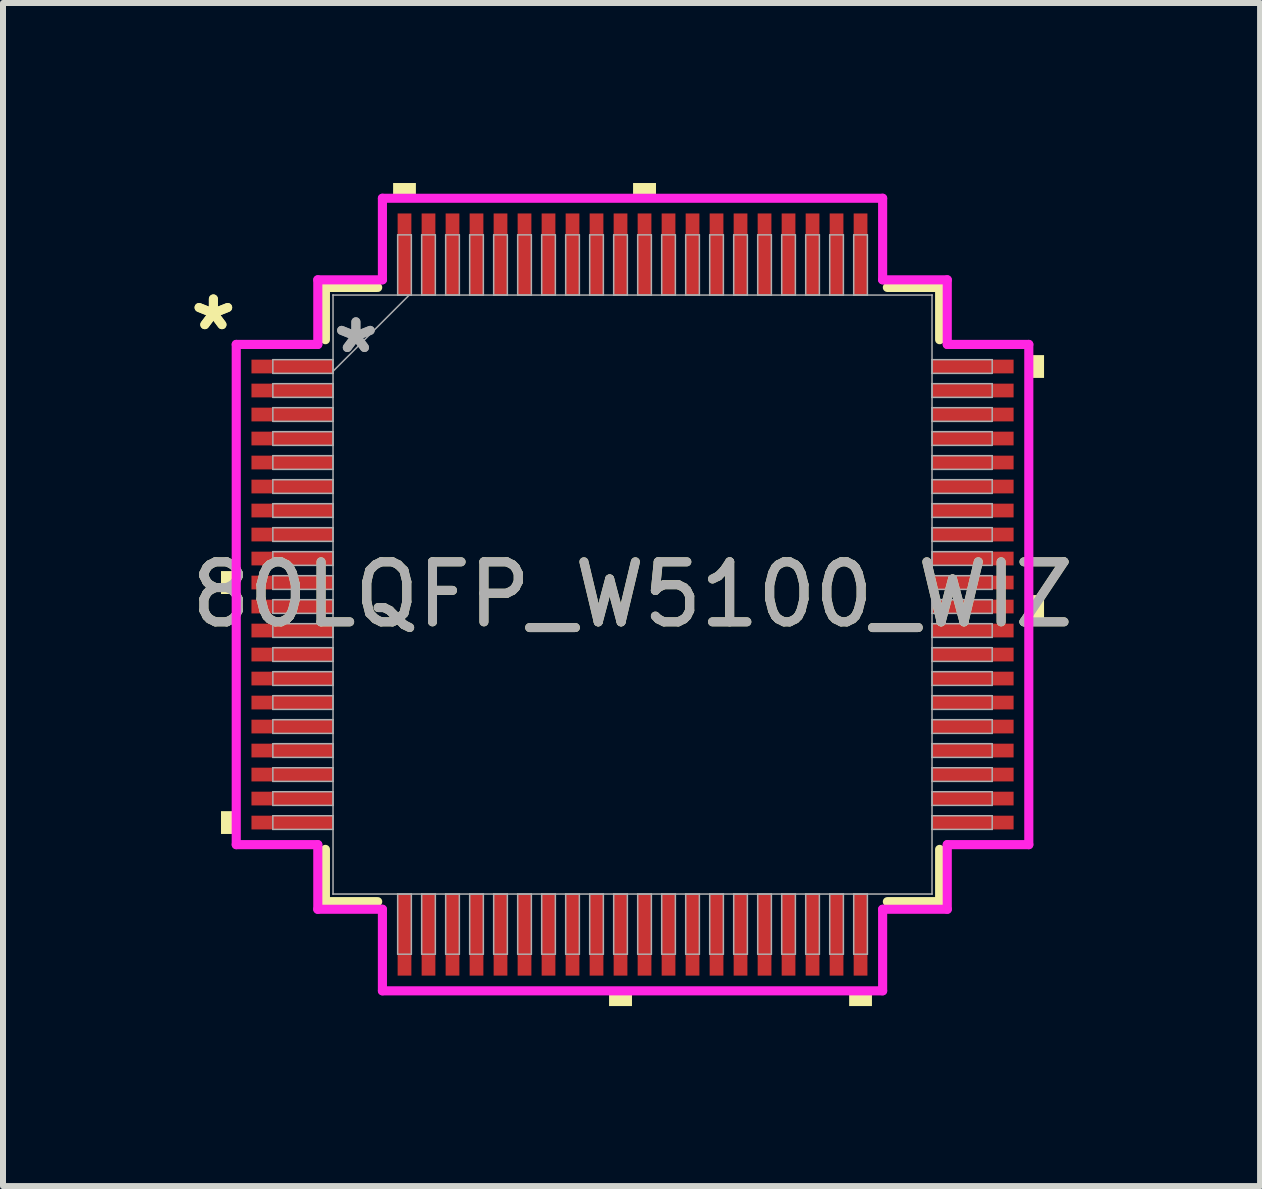
<source format=kicad_pcb>
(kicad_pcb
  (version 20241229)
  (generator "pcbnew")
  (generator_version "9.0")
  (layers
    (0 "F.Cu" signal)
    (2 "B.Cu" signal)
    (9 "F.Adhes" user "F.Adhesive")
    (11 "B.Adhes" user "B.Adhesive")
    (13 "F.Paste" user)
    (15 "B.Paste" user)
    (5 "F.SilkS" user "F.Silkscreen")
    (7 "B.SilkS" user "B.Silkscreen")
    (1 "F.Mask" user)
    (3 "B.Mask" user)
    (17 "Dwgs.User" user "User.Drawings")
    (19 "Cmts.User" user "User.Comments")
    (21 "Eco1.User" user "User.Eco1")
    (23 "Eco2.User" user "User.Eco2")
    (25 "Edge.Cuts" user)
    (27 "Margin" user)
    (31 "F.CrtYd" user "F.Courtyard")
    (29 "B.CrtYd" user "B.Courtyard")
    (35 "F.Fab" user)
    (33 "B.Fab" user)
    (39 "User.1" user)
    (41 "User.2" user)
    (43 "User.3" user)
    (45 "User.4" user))
  (footprint "80LQFP_W5100_WIZ"
    (layer "F.Cu")
    (at 7.491 6.858)
    (property "Reference" "80LQFP_W5100_WIZ" (at 0 0 0) (unlocked yes) (layer "F.SilkS") (effects (font (size 1 1) (thickness 0.15))))
    (attr smd)
    (fp_line (start -5.118 -5.118) (end -5.118 -4.247) (stroke (width 0.152) (type solid)) (layer "F.SilkS"))
    (fp_line (start -5.118 4.247) (end -5.118 5.118) (stroke (width 0.152) (type solid)) (layer "F.SilkS"))
    (fp_line (start -5.118 5.118) (end -4.247 5.118) (stroke (width 0.152) (type solid)) (layer "F.SilkS"))
    (fp_line (start -4.247 -5.118) (end -5.118 -5.118) (stroke (width 0.152) (type solid)) (layer "F.SilkS"))
    (fp_line (start 4.247 5.118) (end 5.118 5.118) (stroke (width 0.152) (type solid)) (layer "F.SilkS"))
    (fp_line (start 5.118 -5.118) (end 4.247 -5.118) (stroke (width 0.152) (type solid)) (layer "F.SilkS"))
    (fp_line (start 5.118 -4.247) (end 5.118 -5.118) (stroke (width 0.152) (type solid)) (layer "F.SilkS"))
    (fp_line (start 5.118 5.118) (end 5.118 4.247) (stroke (width 0.152) (type solid)) (layer "F.SilkS"))
    (fp_poly (pts (xy -6.858 -0.391) (xy -6.858 -0.009) (xy -6.604 -0.009) (xy -6.604 -0.391)) (stroke (width 0) (type solid)) (fill yes) (layer "F.SilkS"))
    (fp_poly (pts (xy -6.858 3.61) (xy -6.858 3.99) (xy -6.604 3.99) (xy -6.604 3.61)) (stroke (width 0) (type solid)) (fill yes) (layer "F.SilkS"))
    (fp_poly (pts (xy -3.99 -6.604) (xy -3.99 -6.858) (xy -3.61 -6.858) (xy -3.61 -6.604)) (stroke (width 0) (type solid)) (fill yes) (layer "F.SilkS"))
    (fp_poly (pts (xy -0.391 6.604) (xy -0.391 6.858) (xy -0.009 6.858) (xy -0.009 6.604)) (stroke (width 0) (type solid)) (fill yes) (layer "F.SilkS"))
    (fp_poly (pts (xy 0.009 -6.604) (xy 0.009 -6.858) (xy 0.391 -6.858) (xy 0.391 -6.604)) (stroke (width 0) (type solid)) (fill yes) (layer "F.SilkS"))
    (fp_poly (pts (xy 3.61 6.604) (xy 3.61 6.858) (xy 3.99 6.858) (xy 3.99 6.604)) (stroke (width 0) (type solid)) (fill yes) (layer "F.SilkS"))
    (fp_poly (pts (xy 6.858 -3.99) (xy 6.858 -3.61) (xy 6.604 -3.61) (xy 6.604 -3.99)) (stroke (width 0) (type solid)) (fill yes) (layer "F.SilkS"))
    (fp_poly (pts (xy 6.858 0.009) (xy 6.858 0.391) (xy 6.604 0.391) (xy 6.604 0.009)) (stroke (width 0) (type solid)) (fill yes) (layer "F.SilkS"))
    (fp_line (start -6.604 -4.168) (end -5.245 -4.168) (stroke (width 0.152) (type solid)) (layer "F.CrtYd"))
    (fp_line (start -6.604 4.168) (end -6.604 -4.168) (stroke (width 0.152) (type solid)) (layer "F.CrtYd"))
    (fp_line (start -5.245 -5.245) (end -4.168 -5.245) (stroke (width 0.152) (type solid)) (layer "F.CrtYd"))
    (fp_line (start -5.245 -4.168) (end -5.245 -5.245) (stroke (width 0.152) (type solid)) (layer "F.CrtYd"))
    (fp_line (start -5.245 4.168) (end -6.604 4.168) (stroke (width 0.152) (type solid)) (layer "F.CrtYd"))
    (fp_line (start -5.245 5.245) (end -5.245 4.168) (stroke (width 0.152) (type solid)) (layer "F.CrtYd"))
    (fp_line (start -5.245 5.245) (end -4.168 5.245) (stroke (width 0.152) (type solid)) (layer "F.CrtYd"))
    (fp_line (start -4.168 -6.604) (end 4.168 -6.604) (stroke (width 0.152) (type solid)) (layer "F.CrtYd"))
    (fp_line (start -4.168 -5.245) (end -4.168 -6.604) (stroke (width 0.152) (type solid)) (layer "F.CrtYd"))
    (fp_line (start -4.168 5.245) (end -4.168 6.604) (stroke (width 0.152) (type solid)) (layer "F.CrtYd"))
    (fp_line (start -4.168 6.604) (end 4.168 6.604) (stroke (width 0.152) (type solid)) (layer "F.CrtYd"))
    (fp_line (start 4.168 -6.604) (end 4.168 -5.245) (stroke (width 0.152) (type solid)) (layer "F.CrtYd"))
    (fp_line (start 4.168 -5.245) (end 5.245 -5.245) (stroke (width 0.152) (type solid)) (layer "F.CrtYd"))
    (fp_line (start 4.168 5.245) (end 5.245 5.245) (stroke (width 0.152) (type solid)) (layer "F.CrtYd"))
    (fp_line (start 4.168 6.604) (end 4.168 5.245) (stroke (width 0.152) (type solid)) (layer "F.CrtYd"))
    (fp_line (start 5.245 -4.168) (end 5.245 -5.245) (stroke (width 0.152) (type solid)) (layer "F.CrtYd"))
    (fp_line (start 5.245 4.168) (end 6.604 4.168) (stroke (width 0.152) (type solid)) (layer "F.CrtYd"))
    (fp_line (start 5.245 5.245) (end 5.245 4.168) (stroke (width 0.152) (type solid)) (layer "F.CrtYd"))
    (fp_line (start 6.604 -4.168) (end 5.245 -4.168) (stroke (width 0.152) (type solid)) (layer "F.CrtYd"))
    (fp_line (start 6.604 4.168) (end 6.604 -4.168) (stroke (width 0.152) (type solid)) (layer "F.CrtYd"))
    (fp_line (start -5.994 -3.914) (end -5.994 -3.686) (stroke (width 0.025) (type solid)) (layer "F.Fab"))
    (fp_line (start -5.994 -3.686) (end -4.991 -3.686) (stroke (width 0.025) (type solid)) (layer "F.Fab"))
    (fp_line (start -5.994 -3.514) (end -5.994 -3.286) (stroke (width 0.025) (type solid)) (layer "F.Fab"))
    (fp_line (start -5.994 -3.286) (end -4.991 -3.286) (stroke (width 0.025) (type solid)) (layer "F.Fab"))
    (fp_line (start -5.994 -3.114) (end -5.994 -2.886) (stroke (width 0.025) (type solid)) (layer "F.Fab"))
    (fp_line (start -5.994 -2.886) (end -4.991 -2.886) (stroke (width 0.025) (type solid)) (layer "F.Fab"))
    (fp_line (start -5.994 -2.714) (end -5.994 -2.486) (stroke (width 0.025) (type solid)) (layer "F.Fab"))
    (fp_line (start -5.994 -2.486) (end -4.991 -2.486) (stroke (width 0.025) (type solid)) (layer "F.Fab"))
    (fp_line (start -5.994 -2.314) (end -5.994 -2.086) (stroke (width 0.025) (type solid)) (layer "F.Fab"))
    (fp_line (start -5.994 -2.086) (end -4.991 -2.086) (stroke (width 0.025) (type solid)) (layer "F.Fab"))
    (fp_line (start -5.994 -1.914) (end -5.994 -1.686) (stroke (width 0.025) (type solid)) (layer "F.Fab"))
    (fp_line (start -5.994 -1.686) (end -4.991 -1.686) (stroke (width 0.025) (type solid)) (layer "F.Fab"))
    (fp_line (start -5.994 -1.514) (end -5.994 -1.286) (stroke (width 0.025) (type solid)) (layer "F.Fab"))
    (fp_line (start -5.994 -1.286) (end -4.991 -1.286) (stroke (width 0.025) (type solid)) (layer "F.Fab"))
    (fp_line (start -5.994 -1.114) (end -5.994 -0.886) (stroke (width 0.025) (type solid)) (layer "F.Fab"))
    (fp_line (start -5.994 -0.886) (end -4.991 -0.886) (stroke (width 0.025) (type solid)) (layer "F.Fab"))
    (fp_line (start -5.994 -0.714) (end -5.994 -0.486) (stroke (width 0.025) (type solid)) (layer "F.Fab"))
    (fp_line (start -5.994 -0.486) (end -4.991 -0.486) (stroke (width 0.025) (type solid)) (layer "F.Fab"))
    (fp_line (start -5.994 -0.314) (end -5.994 -0.086) (stroke (width 0.025) (type solid)) (layer "F.Fab"))
    (fp_line (start -5.994 -0.086) (end -4.991 -0.086) (stroke (width 0.025) (type solid)) (layer "F.Fab"))
    (fp_line (start -5.994 0.086) (end -5.994 0.314) (stroke (width 0.025) (type solid)) (layer "F.Fab"))
    (fp_line (start -5.994 0.314) (end -4.991 0.314) (stroke (width 0.025) (type solid)) (layer "F.Fab"))
    (fp_line (start -5.994 0.486) (end -5.994 0.714) (stroke (width 0.025) (type solid)) (layer "F.Fab"))
    (fp_line (start -5.994 0.714) (end -4.991 0.714) (stroke (width 0.025) (type solid)) (layer "F.Fab"))
    (fp_line (start -5.994 0.886) (end -5.994 1.114) (stroke (width 0.025) (type solid)) (layer "F.Fab"))
    (fp_line (start -5.994 1.114) (end -4.991 1.114) (stroke (width 0.025) (type solid)) (layer "F.Fab"))
    (fp_line (start -5.994 1.286) (end -5.994 1.514) (stroke (width 0.025) (type solid)) (layer "F.Fab"))
    (fp_line (start -5.994 1.514) (end -4.991 1.514) (stroke (width 0.025) (type solid)) (layer "F.Fab"))
    (fp_line (start -5.994 1.686) (end -5.994 1.914) (stroke (width 0.025) (type solid)) (layer "F.Fab"))
    (fp_line (start -5.994 1.914) (end -4.991 1.914) (stroke (width 0.025) (type solid)) (layer "F.Fab"))
    (fp_line (start -5.994 2.086) (end -5.994 2.314) (stroke (width 0.025) (type solid)) (layer "F.Fab"))
    (fp_line (start -5.994 2.314) (end -4.991 2.314) (stroke (width 0.025) (type solid)) (layer "F.Fab"))
    (fp_line (start -5.994 2.486) (end -5.994 2.714) (stroke (width 0.025) (type solid)) (layer "F.Fab"))
    (fp_line (start -5.994 2.714) (end -4.991 2.714) (stroke (width 0.025) (type solid)) (layer "F.Fab"))
    (fp_line (start -5.994 2.886) (end -5.994 3.114) (stroke (width 0.025) (type solid)) (layer "F.Fab"))
    (fp_line (start -5.994 3.114) (end -4.991 3.114) (stroke (width 0.025) (type solid)) (layer "F.Fab"))
    (fp_line (start -5.994 3.286) (end -5.994 3.514) (stroke (width 0.025) (type solid)) (layer "F.Fab"))
    (fp_line (start -5.994 3.514) (end -4.991 3.514) (stroke (width 0.025) (type solid)) (layer "F.Fab"))
    (fp_line (start -5.994 3.686) (end -5.994 3.914) (stroke (width 0.025) (type solid)) (layer "F.Fab"))
    (fp_line (start -5.994 3.914) (end -4.991 3.914) (stroke (width 0.025) (type solid)) (layer "F.Fab"))
    (fp_line (start -4.991 -4.991) (end -4.991 -4.991) (stroke (width 0.025) (type solid)) (layer "F.Fab"))
    (fp_line (start -4.991 -4.991) (end -4.991 4.991) (stroke (width 0.025) (type solid)) (layer "F.Fab"))
    (fp_line (start -4.991 -3.914) (end -5.994 -3.914) (stroke (width 0.025) (type solid)) (layer "F.Fab"))
    (fp_line (start -4.991 -3.721) (end -3.721 -4.991) (stroke (width 0.025) (type solid)) (layer "F.Fab"))
    (fp_line (start -4.991 -3.686) (end -4.991 -3.914) (stroke (width 0.025) (type solid)) (layer "F.Fab"))
    (fp_line (start -4.991 -3.514) (end -5.994 -3.514) (stroke (width 0.025) (type solid)) (layer "F.Fab"))
    (fp_line (start -4.991 -3.286) (end -4.991 -3.514) (stroke (width 0.025) (type solid)) (layer "F.Fab"))
    (fp_line (start -4.991 -3.114) (end -5.994 -3.114) (stroke (width 0.025) (type solid)) (layer "F.Fab"))
    (fp_line (start -4.991 -2.886) (end -4.991 -3.114) (stroke (width 0.025) (type solid)) (layer "F.Fab"))
    (fp_line (start -4.991 -2.714) (end -5.994 -2.714) (stroke (width 0.025) (type solid)) (layer "F.Fab"))
    (fp_line (start -4.991 -2.486) (end -4.991 -2.714) (stroke (width 0.025) (type solid)) (layer "F.Fab"))
    (fp_line (start -4.991 -2.314) (end -5.994 -2.314) (stroke (width 0.025) (type solid)) (layer "F.Fab"))
    (fp_line (start -4.991 -2.086) (end -4.991 -2.314) (stroke (width 0.025) (type solid)) (layer "F.Fab"))
    (fp_line (start -4.991 -1.914) (end -5.994 -1.914) (stroke (width 0.025) (type solid)) (layer "F.Fab"))
    (fp_line (start -4.991 -1.686) (end -4.991 -1.914) (stroke (width 0.025) (type solid)) (layer "F.Fab"))
    (fp_line (start -4.991 -1.514) (end -5.994 -1.514) (stroke (width 0.025) (type solid)) (layer "F.Fab"))
    (fp_line (start -4.991 -1.286) (end -4.991 -1.514) (stroke (width 0.025) (type solid)) (layer "F.Fab"))
    (fp_line (start -4.991 -1.114) (end -5.994 -1.114) (stroke (width 0.025) (type solid)) (layer "F.Fab"))
    (fp_line (start -4.991 -0.886) (end -4.991 -1.114) (stroke (width 0.025) (type solid)) (layer "F.Fab"))
    (fp_line (start -4.991 -0.714) (end -5.994 -0.714) (stroke (width 0.025) (type solid)) (layer "F.Fab"))
    (fp_line (start -4.991 -0.486) (end -4.991 -0.714) (stroke (width 0.025) (type solid)) (layer "F.Fab"))
    (fp_line (start -4.991 -0.314) (end -5.994 -0.314) (stroke (width 0.025) (type solid)) (layer "F.Fab"))
    (fp_line (start -4.991 -0.086) (end -4.991 -0.314) (stroke (width 0.025) (type solid)) (layer "F.Fab"))
    (fp_line (start -4.991 0.086) (end -5.994 0.086) (stroke (width 0.025) (type solid)) (layer "F.Fab"))
    (fp_line (start -4.991 0.314) (end -4.991 0.086) (stroke (width 0.025) (type solid)) (layer "F.Fab"))
    (fp_line (start -4.991 0.486) (end -5.994 0.486) (stroke (width 0.025) (type solid)) (layer "F.Fab"))
    (fp_line (start -4.991 0.714) (end -4.991 0.486) (stroke (width 0.025) (type solid)) (layer "F.Fab"))
    (fp_line (start -4.991 0.886) (end -5.994 0.886) (stroke (width 0.025) (type solid)) (layer "F.Fab"))
    (fp_line (start -4.991 1.114) (end -4.991 0.886) (stroke (width 0.025) (type solid)) (layer "F.Fab"))
    (fp_line (start -4.991 1.286) (end -5.994 1.286) (stroke (width 0.025) (type solid)) (layer "F.Fab"))
    (fp_line (start -4.991 1.514) (end -4.991 1.286) (stroke (width 0.025) (type solid)) (layer "F.Fab"))
    (fp_line (start -4.991 1.686) (end -5.994 1.686) (stroke (width 0.025) (type solid)) (layer "F.Fab"))
    (fp_line (start -4.991 1.914) (end -4.991 1.686) (stroke (width 0.025) (type solid)) (layer "F.Fab"))
    (fp_line (start -4.991 2.086) (end -5.994 2.086) (stroke (width 0.025) (type solid)) (layer "F.Fab"))
    (fp_line (start -4.991 2.314) (end -4.991 2.086) (stroke (width 0.025) (type solid)) (layer "F.Fab"))
    (fp_line (start -4.991 2.486) (end -5.994 2.486) (stroke (width 0.025) (type solid)) (layer "F.Fab"))
    (fp_line (start -4.991 2.714) (end -4.991 2.486) (stroke (width 0.025) (type solid)) (layer "F.Fab"))
    (fp_line (start -4.991 2.886) (end -5.994 2.886) (stroke (width 0.025) (type solid)) (layer "F.Fab"))
    (fp_line (start -4.991 3.114) (end -4.991 2.886) (stroke (width 0.025) (type solid)) (layer "F.Fab"))
    (fp_line (start -4.991 3.286) (end -5.994 3.286) (stroke (width 0.025) (type solid)) (layer "F.Fab"))
    (fp_line (start -4.991 3.514) (end -4.991 3.286) (stroke (width 0.025) (type solid)) (layer "F.Fab"))
    (fp_line (start -4.991 3.686) (end -5.994 3.686) (stroke (width 0.025) (type solid)) (layer "F.Fab"))
    (fp_line (start -4.991 3.914) (end -4.991 3.686) (stroke (width 0.025) (type solid)) (layer "F.Fab"))
    (fp_line (start -4.991 4.991) (end -4.991 4.991) (stroke (width 0.025) (type solid)) (layer "F.Fab"))
    (fp_line (start -4.991 4.991) (end 4.991 4.991) (stroke (width 0.025) (type solid)) (layer "F.Fab"))
    (fp_line (start -3.914 -5.994) (end -3.914 -4.991) (stroke (width 0.025) (type solid)) (layer "F.Fab"))
    (fp_line (start -3.914 -4.991) (end -3.686 -4.991) (stroke (width 0.025) (type solid)) (layer "F.Fab"))
    (fp_line (start -3.914 4.991) (end -3.914 5.994) (stroke (width 0.025) (type solid)) (layer "F.Fab"))
    (fp_line (start -3.914 5.994) (end -3.686 5.994) (stroke (width 0.025) (type solid)) (layer "F.Fab"))
    (fp_line (start -3.686 -5.994) (end -3.914 -5.994) (stroke (width 0.025) (type solid)) (layer "F.Fab"))
    (fp_line (start -3.686 -4.991) (end -3.686 -5.994) (stroke (width 0.025) (type solid)) (layer "F.Fab"))
    (fp_line (start -3.686 4.991) (end -3.914 4.991) (stroke (width 0.025) (type solid)) (layer "F.Fab"))
    (fp_line (start -3.686 5.994) (end -3.686 4.991) (stroke (width 0.025) (type solid)) (layer "F.Fab"))
    (fp_line (start -3.514 -5.994) (end -3.514 -4.991) (stroke (width 0.025) (type solid)) (layer "F.Fab"))
    (fp_line (start -3.514 -4.991) (end -3.286 -4.991) (stroke (width 0.025) (type solid)) (layer "F.Fab"))
    (fp_line (start -3.514 4.991) (end -3.514 5.994) (stroke (width 0.025) (type solid)) (layer "F.Fab"))
    (fp_line (start -3.514 5.994) (end -3.286 5.994) (stroke (width 0.025) (type solid)) (layer "F.Fab"))
    (fp_line (start -3.286 -5.994) (end -3.514 -5.994) (stroke (width 0.025) (type solid)) (layer "F.Fab"))
    (fp_line (start -3.286 -4.991) (end -3.286 -5.994) (stroke (width 0.025) (type solid)) (layer "F.Fab"))
    (fp_line (start -3.286 4.991) (end -3.514 4.991) (stroke (width 0.025) (type solid)) (layer "F.Fab"))
    (fp_line (start -3.286 5.994) (end -3.286 4.991) (stroke (width 0.025) (type solid)) (layer "F.Fab"))
    (fp_line (start -3.114 -5.994) (end -3.114 -4.991) (stroke (width 0.025) (type solid)) (layer "F.Fab"))
    (fp_line (start -3.114 -4.991) (end -2.886 -4.991) (stroke (width 0.025) (type solid)) (layer "F.Fab"))
    (fp_line (start -3.114 4.991) (end -3.114 5.994) (stroke (width 0.025) (type solid)) (layer "F.Fab"))
    (fp_line (start -3.114 5.994) (end -2.886 5.994) (stroke (width 0.025) (type solid)) (layer "F.Fab"))
    (fp_line (start -2.886 -5.994) (end -3.114 -5.994) (stroke (width 0.025) (type solid)) (layer "F.Fab"))
    (fp_line (start -2.886 -4.991) (end -2.886 -5.994) (stroke (width 0.025) (type solid)) (layer "F.Fab"))
    (fp_line (start -2.886 4.991) (end -3.114 4.991) (stroke (width 0.025) (type solid)) (layer "F.Fab"))
    (fp_line (start -2.886 5.994) (end -2.886 4.991) (stroke (width 0.025) (type solid)) (layer "F.Fab"))
    (fp_line (start -2.714 -5.994) (end -2.714 -4.991) (stroke (width 0.025) (type solid)) (layer "F.Fab"))
    (fp_line (start -2.714 -4.991) (end -2.486 -4.991) (stroke (width 0.025) (type solid)) (layer "F.Fab"))
    (fp_line (start -2.714 4.991) (end -2.714 5.994) (stroke (width 0.025) (type solid)) (layer "F.Fab"))
    (fp_line (start -2.714 5.994) (end -2.486 5.994) (stroke (width 0.025) (type solid)) (layer "F.Fab"))
    (fp_line (start -2.486 -5.994) (end -2.714 -5.994) (stroke (width 0.025) (type solid)) (layer "F.Fab"))
    (fp_line (start -2.486 -4.991) (end -2.486 -5.994) (stroke (width 0.025) (type solid)) (layer "F.Fab"))
    (fp_line (start -2.486 4.991) (end -2.714 4.991) (stroke (width 0.025) (type solid)) (layer "F.Fab"))
    (fp_line (start -2.486 5.994) (end -2.486 4.991) (stroke (width 0.025) (type solid)) (layer "F.Fab"))
    (fp_line (start -2.314 -5.994) (end -2.314 -4.991) (stroke (width 0.025) (type solid)) (layer "F.Fab"))
    (fp_line (start -2.314 -4.991) (end -2.086 -4.991) (stroke (width 0.025) (type solid)) (layer "F.Fab"))
    (fp_line (start -2.314 4.991) (end -2.314 5.994) (stroke (width 0.025) (type solid)) (layer "F.Fab"))
    (fp_line (start -2.314 5.994) (end -2.086 5.994) (stroke (width 0.025) (type solid)) (layer "F.Fab"))
    (fp_line (start -2.086 -5.994) (end -2.314 -5.994) (stroke (width 0.025) (type solid)) (layer "F.Fab"))
    (fp_line (start -2.086 -4.991) (end -2.086 -5.994) (stroke (width 0.025) (type solid)) (layer "F.Fab"))
    (fp_line (start -2.086 4.991) (end -2.314 4.991) (stroke (width 0.025) (type solid)) (layer "F.Fab"))
    (fp_line (start -2.086 5.994) (end -2.086 4.991) (stroke (width 0.025) (type solid)) (layer "F.Fab"))
    (fp_line (start -1.914 -5.994) (end -1.914 -4.991) (stroke (width 0.025) (type solid)) (layer "F.Fab"))
    (fp_line (start -1.914 -4.991) (end -1.686 -4.991) (stroke (width 0.025) (type solid)) (layer "F.Fab"))
    (fp_line (start -1.914 4.991) (end -1.914 5.994) (stroke (width 0.025) (type solid)) (layer "F.Fab"))
    (fp_line (start -1.914 5.994) (end -1.686 5.994) (stroke (width 0.025) (type solid)) (layer "F.Fab"))
    (fp_line (start -1.686 -5.994) (end -1.914 -5.994) (stroke (width 0.025) (type solid)) (layer "F.Fab"))
    (fp_line (start -1.686 -4.991) (end -1.686 -5.994) (stroke (width 0.025) (type solid)) (layer "F.Fab"))
    (fp_line (start -1.686 4.991) (end -1.914 4.991) (stroke (width 0.025) (type solid)) (layer "F.Fab"))
    (fp_line (start -1.686 5.994) (end -1.686 4.991) (stroke (width 0.025) (type solid)) (layer "F.Fab"))
    (fp_line (start -1.514 -5.994) (end -1.514 -4.991) (stroke (width 0.025) (type solid)) (layer "F.Fab"))
    (fp_line (start -1.514 -4.991) (end -1.286 -4.991) (stroke (width 0.025) (type solid)) (layer "F.Fab"))
    (fp_line (start -1.514 4.991) (end -1.514 5.994) (stroke (width 0.025) (type solid)) (layer "F.Fab"))
    (fp_line (start -1.514 5.994) (end -1.286 5.994) (stroke (width 0.025) (type solid)) (layer "F.Fab"))
    (fp_line (start -1.286 -5.994) (end -1.514 -5.994) (stroke (width 0.025) (type solid)) (layer "F.Fab"))
    (fp_line (start -1.286 -4.991) (end -1.286 -5.994) (stroke (width 0.025) (type solid)) (layer "F.Fab"))
    (fp_line (start -1.286 4.991) (end -1.514 4.991) (stroke (width 0.025) (type solid)) (layer "F.Fab"))
    (fp_line (start -1.286 5.994) (end -1.286 4.991) (stroke (width 0.025) (type solid)) (layer "F.Fab"))
    (fp_line (start -1.114 -5.994) (end -1.114 -4.991) (stroke (width 0.025) (type solid)) (layer "F.Fab"))
    (fp_line (start -1.114 -4.991) (end -0.886 -4.991) (stroke (width 0.025) (type solid)) (layer "F.Fab"))
    (fp_line (start -1.114 4.991) (end -1.114 5.994) (stroke (width 0.025) (type solid)) (layer "F.Fab"))
    (fp_line (start -1.114 5.994) (end -0.886 5.994) (stroke (width 0.025) (type solid)) (layer "F.Fab"))
    (fp_line (start -0.886 -5.994) (end -1.114 -5.994) (stroke (width 0.025) (type solid)) (layer "F.Fab"))
    (fp_line (start -0.886 -4.991) (end -0.886 -5.994) (stroke (width 0.025) (type solid)) (layer "F.Fab"))
    (fp_line (start -0.886 4.991) (end -1.114 4.991) (stroke (width 0.025) (type solid)) (layer "F.Fab"))
    (fp_line (start -0.886 5.994) (end -0.886 4.991) (stroke (width 0.025) (type solid)) (layer "F.Fab"))
    (fp_line (start -0.714 -5.994) (end -0.714 -4.991) (stroke (width 0.025) (type solid)) (layer "F.Fab"))
    (fp_line (start -0.714 -4.991) (end -0.486 -4.991) (stroke (width 0.025) (type solid)) (layer "F.Fab"))
    (fp_line (start -0.714 4.991) (end -0.714 5.994) (stroke (width 0.025) (type solid)) (layer "F.Fab"))
    (fp_line (start -0.714 5.994) (end -0.486 5.994) (stroke (width 0.025) (type solid)) (layer "F.Fab"))
    (fp_line (start -0.486 -5.994) (end -0.714 -5.994) (stroke (width 0.025) (type solid)) (layer "F.Fab"))
    (fp_line (start -0.486 -4.991) (end -0.486 -5.994) (stroke (width 0.025) (type solid)) (layer "F.Fab"))
    (fp_line (start -0.486 4.991) (end -0.714 4.991) (stroke (width 0.025) (type solid)) (layer "F.Fab"))
    (fp_line (start -0.486 5.994) (end -0.486 4.991) (stroke (width 0.025) (type solid)) (layer "F.Fab"))
    (fp_line (start -0.314 -5.994) (end -0.314 -4.991) (stroke (width 0.025) (type solid)) (layer "F.Fab"))
    (fp_line (start -0.314 -4.991) (end -0.086 -4.991) (stroke (width 0.025) (type solid)) (layer "F.Fab"))
    (fp_line (start -0.314 4.991) (end -0.314 5.994) (stroke (width 0.025) (type solid)) (layer "F.Fab"))
    (fp_line (start -0.314 5.994) (end -0.086 5.994) (stroke (width 0.025) (type solid)) (layer "F.Fab"))
    (fp_line (start -0.086 -5.994) (end -0.314 -5.994) (stroke (width 0.025) (type solid)) (layer "F.Fab"))
    (fp_line (start -0.086 -4.991) (end -0.086 -5.994) (stroke (width 0.025) (type solid)) (layer "F.Fab"))
    (fp_line (start -0.086 4.991) (end -0.314 4.991) (stroke (width 0.025) (type solid)) (layer "F.Fab"))
    (fp_line (start -0.086 5.994) (end -0.086 4.991) (stroke (width 0.025) (type solid)) (layer "F.Fab"))
    (fp_line (start 0.086 -5.994) (end 0.086 -4.991) (stroke (width 0.025) (type solid)) (layer "F.Fab"))
    (fp_line (start 0.086 -4.991) (end 0.314 -4.991) (stroke (width 0.025) (type solid)) (layer "F.Fab"))
    (fp_line (start 0.086 4.991) (end 0.086 5.994) (stroke (width 0.025) (type solid)) (layer "F.Fab"))
    (fp_line (start 0.086 5.994) (end 0.314 5.994) (stroke (width 0.025) (type solid)) (layer "F.Fab"))
    (fp_line (start 0.314 -5.994) (end 0.086 -5.994) (stroke (width 0.025) (type solid)) (layer "F.Fab"))
    (fp_line (start 0.314 -4.991) (end 0.314 -5.994) (stroke (width 0.025) (type solid)) (layer "F.Fab"))
    (fp_line (start 0.314 4.991) (end 0.086 4.991) (stroke (width 0.025) (type solid)) (layer "F.Fab"))
    (fp_line (start 0.314 5.994) (end 0.314 4.991) (stroke (width 0.025) (type solid)) (layer "F.Fab"))
    (fp_line (start 0.486 -5.994) (end 0.486 -4.991) (stroke (width 0.025) (type solid)) (layer "F.Fab"))
    (fp_line (start 0.486 -4.991) (end 0.714 -4.991) (stroke (width 0.025) (type solid)) (layer "F.Fab"))
    (fp_line (start 0.486 4.991) (end 0.486 5.994) (stroke (width 0.025) (type solid)) (layer "F.Fab"))
    (fp_line (start 0.486 5.994) (end 0.714 5.994) (stroke (width 0.025) (type solid)) (layer "F.Fab"))
    (fp_line (start 0.714 -5.994) (end 0.486 -5.994) (stroke (width 0.025) (type solid)) (layer "F.Fab"))
    (fp_line (start 0.714 -4.991) (end 0.714 -5.994) (stroke (width 0.025) (type solid)) (layer "F.Fab"))
    (fp_line (start 0.714 4.991) (end 0.486 4.991) (stroke (width 0.025) (type solid)) (layer "F.Fab"))
    (fp_line (start 0.714 5.994) (end 0.714 4.991) (stroke (width 0.025) (type solid)) (layer "F.Fab"))
    (fp_line (start 0.886 -5.994) (end 0.886 -4.991) (stroke (width 0.025) (type solid)) (layer "F.Fab"))
    (fp_line (start 0.886 -4.991) (end 1.114 -4.991) (stroke (width 0.025) (type solid)) (layer "F.Fab"))
    (fp_line (start 0.886 4.991) (end 0.886 5.994) (stroke (width 0.025) (type solid)) (layer "F.Fab"))
    (fp_line (start 0.886 5.994) (end 1.114 5.994) (stroke (width 0.025) (type solid)) (layer "F.Fab"))
    (fp_line (start 1.114 -5.994) (end 0.886 -5.994) (stroke (width 0.025) (type solid)) (layer "F.Fab"))
    (fp_line (start 1.114 -4.991) (end 1.114 -5.994) (stroke (width 0.025) (type solid)) (layer "F.Fab"))
    (fp_line (start 1.114 4.991) (end 0.886 4.991) (stroke (width 0.025) (type solid)) (layer "F.Fab"))
    (fp_line (start 1.114 5.994) (end 1.114 4.991) (stroke (width 0.025) (type solid)) (layer "F.Fab"))
    (fp_line (start 1.286 -5.994) (end 1.286 -4.991) (stroke (width 0.025) (type solid)) (layer "F.Fab"))
    (fp_line (start 1.286 -4.991) (end 1.514 -4.991) (stroke (width 0.025) (type solid)) (layer "F.Fab"))
    (fp_line (start 1.286 4.991) (end 1.286 5.994) (stroke (width 0.025) (type solid)) (layer "F.Fab"))
    (fp_line (start 1.286 5.994) (end 1.514 5.994) (stroke (width 0.025) (type solid)) (layer "F.Fab"))
    (fp_line (start 1.514 -5.994) (end 1.286 -5.994) (stroke (width 0.025) (type solid)) (layer "F.Fab"))
    (fp_line (start 1.514 -4.991) (end 1.514 -5.994) (stroke (width 0.025) (type solid)) (layer "F.Fab"))
    (fp_line (start 1.514 4.991) (end 1.286 4.991) (stroke (width 0.025) (type solid)) (layer "F.Fab"))
    (fp_line (start 1.514 5.994) (end 1.514 4.991) (stroke (width 0.025) (type solid)) (layer "F.Fab"))
    (fp_line (start 1.686 -5.994) (end 1.686 -4.991) (stroke (width 0.025) (type solid)) (layer "F.Fab"))
    (fp_line (start 1.686 -4.991) (end 1.914 -4.991) (stroke (width 0.025) (type solid)) (layer "F.Fab"))
    (fp_line (start 1.686 4.991) (end 1.686 5.994) (stroke (width 0.025) (type solid)) (layer "F.Fab"))
    (fp_line (start 1.686 5.994) (end 1.914 5.994) (stroke (width 0.025) (type solid)) (layer "F.Fab"))
    (fp_line (start 1.914 -5.994) (end 1.686 -5.994) (stroke (width 0.025) (type solid)) (layer "F.Fab"))
    (fp_line (start 1.914 -4.991) (end 1.914 -5.994) (stroke (width 0.025) (type solid)) (layer "F.Fab"))
    (fp_line (start 1.914 4.991) (end 1.686 4.991) (stroke (width 0.025) (type solid)) (layer "F.Fab"))
    (fp_line (start 1.914 5.994) (end 1.914 4.991) (stroke (width 0.025) (type solid)) (layer "F.Fab"))
    (fp_line (start 2.086 -5.994) (end 2.086 -4.991) (stroke (width 0.025) (type solid)) (layer "F.Fab"))
    (fp_line (start 2.086 -4.991) (end 2.314 -4.991) (stroke (width 0.025) (type solid)) (layer "F.Fab"))
    (fp_line (start 2.086 4.991) (end 2.086 5.994) (stroke (width 0.025) (type solid)) (layer "F.Fab"))
    (fp_line (start 2.086 5.994) (end 2.314 5.994) (stroke (width 0.025) (type solid)) (layer "F.Fab"))
    (fp_line (start 2.314 -5.994) (end 2.086 -5.994) (stroke (width 0.025) (type solid)) (layer "F.Fab"))
    (fp_line (start 2.314 -4.991) (end 2.314 -5.994) (stroke (width 0.025) (type solid)) (layer "F.Fab"))
    (fp_line (start 2.314 4.991) (end 2.086 4.991) (stroke (width 0.025) (type solid)) (layer "F.Fab"))
    (fp_line (start 2.314 5.994) (end 2.314 4.991) (stroke (width 0.025) (type solid)) (layer "F.Fab"))
    (fp_line (start 2.486 -5.994) (end 2.486 -4.991) (stroke (width 0.025) (type solid)) (layer "F.Fab"))
    (fp_line (start 2.486 -4.991) (end 2.714 -4.991) (stroke (width 0.025) (type solid)) (layer "F.Fab"))
    (fp_line (start 2.486 4.991) (end 2.486 5.994) (stroke (width 0.025) (type solid)) (layer "F.Fab"))
    (fp_line (start 2.486 5.994) (end 2.714 5.994) (stroke (width 0.025) (type solid)) (layer "F.Fab"))
    (fp_line (start 2.714 -5.994) (end 2.486 -5.994) (stroke (width 0.025) (type solid)) (layer "F.Fab"))
    (fp_line (start 2.714 -4.991) (end 2.714 -5.994) (stroke (width 0.025) (type solid)) (layer "F.Fab"))
    (fp_line (start 2.714 4.991) (end 2.486 4.991) (stroke (width 0.025) (type solid)) (layer "F.Fab"))
    (fp_line (start 2.714 5.994) (end 2.714 4.991) (stroke (width 0.025) (type solid)) (layer "F.Fab"))
    (fp_line (start 2.886 -5.994) (end 2.886 -4.991) (stroke (width 0.025) (type solid)) (layer "F.Fab"))
    (fp_line (start 2.886 -4.991) (end 3.114 -4.991) (stroke (width 0.025) (type solid)) (layer "F.Fab"))
    (fp_line (start 2.886 4.991) (end 2.886 5.994) (stroke (width 0.025) (type solid)) (layer "F.Fab"))
    (fp_line (start 2.886 5.994) (end 3.114 5.994) (stroke (width 0.025) (type solid)) (layer "F.Fab"))
    (fp_line (start 3.114 -5.994) (end 2.886 -5.994) (stroke (width 0.025) (type solid)) (layer "F.Fab"))
    (fp_line (start 3.114 -4.991) (end 3.114 -5.994) (stroke (width 0.025) (type solid)) (layer "F.Fab"))
    (fp_line (start 3.114 4.991) (end 2.886 4.991) (stroke (width 0.025) (type solid)) (layer "F.Fab"))
    (fp_line (start 3.114 5.994) (end 3.114 4.991) (stroke (width 0.025) (type solid)) (layer "F.Fab"))
    (fp_line (start 3.286 -5.994) (end 3.286 -4.991) (stroke (width 0.025) (type solid)) (layer "F.Fab"))
    (fp_line (start 3.286 -4.991) (end 3.514 -4.991) (stroke (width 0.025) (type solid)) (layer "F.Fab"))
    (fp_line (start 3.286 4.991) (end 3.286 5.994) (stroke (width 0.025) (type solid)) (layer "F.Fab"))
    (fp_line (start 3.286 5.994) (end 3.514 5.994) (stroke (width 0.025) (type solid)) (layer "F.Fab"))
    (fp_line (start 3.514 -5.994) (end 3.286 -5.994) (stroke (width 0.025) (type solid)) (layer "F.Fab"))
    (fp_line (start 3.514 -4.991) (end 3.514 -5.994) (stroke (width 0.025) (type solid)) (layer "F.Fab"))
    (fp_line (start 3.514 4.991) (end 3.286 4.991) (stroke (width 0.025) (type solid)) (layer "F.Fab"))
    (fp_line (start 3.514 5.994) (end 3.514 4.991) (stroke (width 0.025) (type solid)) (layer "F.Fab"))
    (fp_line (start 3.686 -5.994) (end 3.686 -4.991) (stroke (width 0.025) (type solid)) (layer "F.Fab"))
    (fp_line (start 3.686 -4.991) (end 3.914 -4.991) (stroke (width 0.025) (type solid)) (layer "F.Fab"))
    (fp_line (start 3.686 4.991) (end 3.686 5.994) (stroke (width 0.025) (type solid)) (layer "F.Fab"))
    (fp_line (start 3.686 5.994) (end 3.914 5.994) (stroke (width 0.025) (type solid)) (layer "F.Fab"))
    (fp_line (start 3.914 -5.994) (end 3.686 -5.994) (stroke (width 0.025) (type solid)) (layer "F.Fab"))
    (fp_line (start 3.914 -4.991) (end 3.914 -5.994) (stroke (width 0.025) (type solid)) (layer "F.Fab"))
    (fp_line (start 3.914 4.991) (end 3.686 4.991) (stroke (width 0.025) (type solid)) (layer "F.Fab"))
    (fp_line (start 3.914 5.994) (end 3.914 4.991) (stroke (width 0.025) (type solid)) (layer "F.Fab"))
    (fp_line (start 4.991 -4.991) (end -4.991 -4.991) (stroke (width 0.025) (type solid)) (layer "F.Fab"))
    (fp_line (start 4.991 -4.991) (end 4.991 -4.991) (stroke (width 0.025) (type solid)) (layer "F.Fab"))
    (fp_line (start 4.991 -3.914) (end 4.991 -3.686) (stroke (width 0.025) (type solid)) (layer "F.Fab"))
    (fp_line (start 4.991 -3.686) (end 5.994 -3.686) (stroke (width 0.025) (type solid)) (layer "F.Fab"))
    (fp_line (start 4.991 -3.514) (end 4.991 -3.286) (stroke (width 0.025) (type solid)) (layer "F.Fab"))
    (fp_line (start 4.991 -3.286) (end 5.994 -3.286) (stroke (width 0.025) (type solid)) (layer "F.Fab"))
    (fp_line (start 4.991 -3.114) (end 4.991 -2.886) (stroke (width 0.025) (type solid)) (layer "F.Fab"))
    (fp_line (start 4.991 -2.886) (end 5.994 -2.886) (stroke (width 0.025) (type solid)) (layer "F.Fab"))
    (fp_line (start 4.991 -2.714) (end 4.991 -2.486) (stroke (width 0.025) (type solid)) (layer "F.Fab"))
    (fp_line (start 4.991 -2.486) (end 5.994 -2.486) (stroke (width 0.025) (type solid)) (layer "F.Fab"))
    (fp_line (start 4.991 -2.314) (end 4.991 -2.086) (stroke (width 0.025) (type solid)) (layer "F.Fab"))
    (fp_line (start 4.991 -2.086) (end 5.994 -2.086) (stroke (width 0.025) (type solid)) (layer "F.Fab"))
    (fp_line (start 4.991 -1.914) (end 4.991 -1.686) (stroke (width 0.025) (type solid)) (layer "F.Fab"))
    (fp_line (start 4.991 -1.686) (end 5.994 -1.686) (stroke (width 0.025) (type solid)) (layer "F.Fab"))
    (fp_line (start 4.991 -1.514) (end 4.991 -1.286) (stroke (width 0.025) (type solid)) (layer "F.Fab"))
    (fp_line (start 4.991 -1.286) (end 5.994 -1.286) (stroke (width 0.025) (type solid)) (layer "F.Fab"))
    (fp_line (start 4.991 -1.114) (end 4.991 -0.886) (stroke (width 0.025) (type solid)) (layer "F.Fab"))
    (fp_line (start 4.991 -0.886) (end 5.994 -0.886) (stroke (width 0.025) (type solid)) (layer "F.Fab"))
    (fp_line (start 4.991 -0.714) (end 4.991 -0.486) (stroke (width 0.025) (type solid)) (layer "F.Fab"))
    (fp_line (start 4.991 -0.486) (end 5.994 -0.486) (stroke (width 0.025) (type solid)) (layer "F.Fab"))
    (fp_line (start 4.991 -0.314) (end 4.991 -0.086) (stroke (width 0.025) (type solid)) (layer "F.Fab"))
    (fp_line (start 4.991 -0.086) (end 5.994 -0.086) (stroke (width 0.025) (type solid)) (layer "F.Fab"))
    (fp_line (start 4.991 0.086) (end 4.991 0.314) (stroke (width 0.025) (type solid)) (layer "F.Fab"))
    (fp_line (start 4.991 0.314) (end 5.994 0.314) (stroke (width 0.025) (type solid)) (layer "F.Fab"))
    (fp_line (start 4.991 0.486) (end 4.991 0.714) (stroke (width 0.025) (type solid)) (layer "F.Fab"))
    (fp_line (start 4.991 0.714) (end 5.994 0.714) (stroke (width 0.025) (type solid)) (layer "F.Fab"))
    (fp_line (start 4.991 0.886) (end 4.991 1.114) (stroke (width 0.025) (type solid)) (layer "F.Fab"))
    (fp_line (start 4.991 1.114) (end 5.994 1.114) (stroke (width 0.025) (type solid)) (layer "F.Fab"))
    (fp_line (start 4.991 1.286) (end 4.991 1.514) (stroke (width 0.025) (type solid)) (layer "F.Fab"))
    (fp_line (start 4.991 1.514) (end 5.994 1.514) (stroke (width 0.025) (type solid)) (layer "F.Fab"))
    (fp_line (start 4.991 1.686) (end 4.991 1.914) (stroke (width 0.025) (type solid)) (layer "F.Fab"))
    (fp_line (start 4.991 1.914) (end 5.994 1.914) (stroke (width 0.025) (type solid)) (layer "F.Fab"))
    (fp_line (start 4.991 2.086) (end 4.991 2.314) (stroke (width 0.025) (type solid)) (layer "F.Fab"))
    (fp_line (start 4.991 2.314) (end 5.994 2.314) (stroke (width 0.025) (type solid)) (layer "F.Fab"))
    (fp_line (start 4.991 2.486) (end 4.991 2.714) (stroke (width 0.025) (type solid)) (layer "F.Fab"))
    (fp_line (start 4.991 2.714) (end 5.994 2.714) (stroke (width 0.025) (type solid)) (layer "F.Fab"))
    (fp_line (start 4.991 2.886) (end 4.991 3.114) (stroke (width 0.025) (type solid)) (layer "F.Fab"))
    (fp_line (start 4.991 3.114) (end 5.994 3.114) (stroke (width 0.025) (type solid)) (layer "F.Fab"))
    (fp_line (start 4.991 3.286) (end 4.991 3.514) (stroke (width 0.025) (type solid)) (layer "F.Fab"))
    (fp_line (start 4.991 3.514) (end 5.994 3.514) (stroke (width 0.025) (type solid)) (layer "F.Fab"))
    (fp_line (start 4.991 3.686) (end 4.991 3.914) (stroke (width 0.025) (type solid)) (layer "F.Fab"))
    (fp_line (start 4.991 3.914) (end 5.994 3.914) (stroke (width 0.025) (type solid)) (layer "F.Fab"))
    (fp_line (start 4.991 4.991) (end 4.991 -4.991) (stroke (width 0.025) (type solid)) (layer "F.Fab"))
    (fp_line (start 4.991 4.991) (end 4.991 4.991) (stroke (width 0.025) (type solid)) (layer "F.Fab"))
    (fp_line (start 5.994 -3.914) (end 4.991 -3.914) (stroke (width 0.025) (type solid)) (layer "F.Fab"))
    (fp_line (start 5.994 -3.686) (end 5.994 -3.914) (stroke (width 0.025) (type solid)) (layer "F.Fab"))
    (fp_line (start 5.994 -3.514) (end 4.991 -3.514) (stroke (width 0.025) (type solid)) (layer "F.Fab"))
    (fp_line (start 5.994 -3.286) (end 5.994 -3.514) (stroke (width 0.025) (type solid)) (layer "F.Fab"))
    (fp_line (start 5.994 -3.114) (end 4.991 -3.114) (stroke (width 0.025) (type solid)) (layer "F.Fab"))
    (fp_line (start 5.994 -2.886) (end 5.994 -3.114) (stroke (width 0.025) (type solid)) (layer "F.Fab"))
    (fp_line (start 5.994 -2.714) (end 4.991 -2.714) (stroke (width 0.025) (type solid)) (layer "F.Fab"))
    (fp_line (start 5.994 -2.486) (end 5.994 -2.714) (stroke (width 0.025) (type solid)) (layer "F.Fab"))
    (fp_line (start 5.994 -2.314) (end 4.991 -2.314) (stroke (width 0.025) (type solid)) (layer "F.Fab"))
    (fp_line (start 5.994 -2.086) (end 5.994 -2.314) (stroke (width 0.025) (type solid)) (layer "F.Fab"))
    (fp_line (start 5.994 -1.914) (end 4.991 -1.914) (stroke (width 0.025) (type solid)) (layer "F.Fab"))
    (fp_line (start 5.994 -1.686) (end 5.994 -1.914) (stroke (width 0.025) (type solid)) (layer "F.Fab"))
    (fp_line (start 5.994 -1.514) (end 4.991 -1.514) (stroke (width 0.025) (type solid)) (layer "F.Fab"))
    (fp_line (start 5.994 -1.286) (end 5.994 -1.514) (stroke (width 0.025) (type solid)) (layer "F.Fab"))
    (fp_line (start 5.994 -1.114) (end 4.991 -1.114) (stroke (width 0.025) (type solid)) (layer "F.Fab"))
    (fp_line (start 5.994 -0.886) (end 5.994 -1.114) (stroke (width 0.025) (type solid)) (layer "F.Fab"))
    (fp_line (start 5.994 -0.714) (end 4.991 -0.714) (stroke (width 0.025) (type solid)) (layer "F.Fab"))
    (fp_line (start 5.994 -0.486) (end 5.994 -0.714) (stroke (width 0.025) (type solid)) (layer "F.Fab"))
    (fp_line (start 5.994 -0.314) (end 4.991 -0.314) (stroke (width 0.025) (type solid)) (layer "F.Fab"))
    (fp_line (start 5.994 -0.086) (end 5.994 -0.314) (stroke (width 0.025) (type solid)) (layer "F.Fab"))
    (fp_line (start 5.994 0.086) (end 4.991 0.086) (stroke (width 0.025) (type solid)) (layer "F.Fab"))
    (fp_line (start 5.994 0.314) (end 5.994 0.086) (stroke (width 0.025) (type solid)) (layer "F.Fab"))
    (fp_line (start 5.994 0.486) (end 4.991 0.486) (stroke (width 0.025) (type solid)) (layer "F.Fab"))
    (fp_line (start 5.994 0.714) (end 5.994 0.486) (stroke (width 0.025) (type solid)) (layer "F.Fab"))
    (fp_line (start 5.994 0.886) (end 4.991 0.886) (stroke (width 0.025) (type solid)) (layer "F.Fab"))
    (fp_line (start 5.994 1.114) (end 5.994 0.886) (stroke (width 0.025) (type solid)) (layer "F.Fab"))
    (fp_line (start 5.994 1.286) (end 4.991 1.286) (stroke (width 0.025) (type solid)) (layer "F.Fab"))
    (fp_line (start 5.994 1.514) (end 5.994 1.286) (stroke (width 0.025) (type solid)) (layer "F.Fab"))
    (fp_line (start 5.994 1.686) (end 4.991 1.686) (stroke (width 0.025) (type solid)) (layer "F.Fab"))
    (fp_line (start 5.994 1.914) (end 5.994 1.686) (stroke (width 0.025) (type solid)) (layer "F.Fab"))
    (fp_line (start 5.994 2.086) (end 4.991 2.086) (stroke (width 0.025) (type solid)) (layer "F.Fab"))
    (fp_line (start 5.994 2.314) (end 5.994 2.086) (stroke (width 0.025) (type solid)) (layer "F.Fab"))
    (fp_line (start 5.994 2.486) (end 4.991 2.486) (stroke (width 0.025) (type solid)) (layer "F.Fab"))
    (fp_line (start 5.994 2.714) (end 5.994 2.486) (stroke (width 0.025) (type solid)) (layer "F.Fab"))
    (fp_line (start 5.994 2.886) (end 4.991 2.886) (stroke (width 0.025) (type solid)) (layer "F.Fab"))
    (fp_line (start 5.994 3.114) (end 5.994 2.886) (stroke (width 0.025) (type solid)) (layer "F.Fab"))
    (fp_line (start 5.994 3.286) (end 4.991 3.286) (stroke (width 0.025) (type solid)) (layer "F.Fab"))
    (fp_line (start 5.994 3.514) (end 5.994 3.286) (stroke (width 0.025) (type solid)) (layer "F.Fab"))
    (fp_line (start 5.994 3.686) (end 4.991 3.686) (stroke (width 0.025) (type solid)) (layer "F.Fab"))
    (fp_line (start 5.994 3.914) (end 5.994 3.686) (stroke (width 0.025) (type solid)) (layer "F.Fab"))
    (fp_text user "*" (at -6.985 -4.381 0) (layer "F.SilkS") (effects (font (size 1 1) (thickness 0.15))))
    (fp_text user "*" (at -6.985 -4.381 0) (unlocked yes) (layer "F.SilkS") (effects (font (size 1 1) (thickness 0.15))))
    (fp_text user "*" (at -4.61 -4 0) (layer "F.Fab") (effects (font (size 1 1) (thickness 0.15))))
    (fp_text user "*" (at -4.61 -4 0) (unlocked yes) (layer "F.Fab") (effects (font (size 1 1) (thickness 0.15))))
    (fp_text user "${REFERENCE}" (at 0 0 0) (unlocked yes) (layer "F.Fab") (effects (font (size 1 1) (thickness 0.15))))
    (pad "1" smd rect (at -5.671 -3.8 90) (size 0.229 1.359) (layers "F.Cu" "F.Mask" "F.Paste"))
    (pad "2" smd rect (at -5.671 -3.4 90) (size 0.229 1.359) (layers "F.Cu" "F.Mask" "F.Paste"))
    (pad "3" smd rect (at -5.671 -3 90) (size 0.229 1.359) (layers "F.Cu" "F.Mask" "F.Paste"))
    (pad "4" smd rect (at -5.671 -2.6 90) (size 0.229 1.359) (layers "F.Cu" "F.Mask" "F.Paste"))
    (pad "5" smd rect (at -5.671 -2.2 90) (size 0.229 1.359) (layers "F.Cu" "F.Mask" "F.Paste"))
    (pad "6" smd rect (at -5.671 -1.8 90) (size 0.229 1.359) (layers "F.Cu" "F.Mask" "F.Paste"))
    (pad "7" smd rect (at -5.671 -1.4 90) (size 0.229 1.359) (layers "F.Cu" "F.Mask" "F.Paste"))
    (pad "8" smd rect (at -5.671 -1 90) (size 0.229 1.359) (layers "F.Cu" "F.Mask" "F.Paste"))
    (pad "9" smd rect (at -5.671 -0.6 90) (size 0.229 1.359) (layers "F.Cu" "F.Mask" "F.Paste"))
    (pad "10" smd rect (at -5.671 -0.2 90) (size 0.229 1.359) (layers "F.Cu" "F.Mask" "F.Paste"))
    (pad "11" smd rect (at -5.671 0.2 90) (size 0.229 1.359) (layers "F.Cu" "F.Mask" "F.Paste"))
    (pad "12" smd rect (at -5.671 0.6 90) (size 0.229 1.359) (layers "F.Cu" "F.Mask" "F.Paste"))
    (pad "13" smd rect (at -5.671 1 90) (size 0.229 1.359) (layers "F.Cu" "F.Mask" "F.Paste"))
    (pad "14" smd rect (at -5.671 1.4 90) (size 0.229 1.359) (layers "F.Cu" "F.Mask" "F.Paste"))
    (pad "15" smd rect (at -5.671 1.8 90) (size 0.229 1.359) (layers "F.Cu" "F.Mask" "F.Paste"))
    (pad "16" smd rect (at -5.671 2.2 90) (size 0.229 1.359) (layers "F.Cu" "F.Mask" "F.Paste"))
    (pad "17" smd rect (at -5.671 2.6 90) (size 0.229 1.359) (layers "F.Cu" "F.Mask" "F.Paste"))
    (pad "18" smd rect (at -5.671 3 90) (size 0.229 1.359) (layers "F.Cu" "F.Mask" "F.Paste"))
    (pad "19" smd rect (at -5.671 3.4 90) (size 0.229 1.359) (layers "F.Cu" "F.Mask" "F.Paste"))
    (pad "20" smd rect (at -5.671 3.8 90) (size 0.229 1.359) (layers "F.Cu" "F.Mask" "F.Paste"))
    (pad "21" smd rect (at -3.8 5.671) (size 0.229 1.359) (layers "F.Cu" "F.Mask" "F.Paste"))
    (pad "22" smd rect (at -3.4 5.671) (size 0.229 1.359) (layers "F.Cu" "F.Mask" "F.Paste"))
    (pad "23" smd rect (at -3 5.671) (size 0.229 1.359) (layers "F.Cu" "F.Mask" "F.Paste"))
    (pad "24" smd rect (at -2.6 5.671) (size 0.229 1.359) (layers "F.Cu" "F.Mask" "F.Paste"))
    (pad "25" smd rect (at -2.2 5.671) (size 0.229 1.359) (layers "F.Cu" "F.Mask" "F.Paste"))
    (pad "26" smd rect (at -1.8 5.671) (size 0.229 1.359) (layers "F.Cu" "F.Mask" "F.Paste"))
    (pad "27" smd rect (at -1.4 5.671) (size 0.229 1.359) (layers "F.Cu" "F.Mask" "F.Paste"))
    (pad "28" smd rect (at -1 5.671) (size 0.229 1.359) (layers "F.Cu" "F.Mask" "F.Paste"))
    (pad "29" smd rect (at -0.6 5.671) (size 0.229 1.359) (layers "F.Cu" "F.Mask" "F.Paste"))
    (pad "30" smd rect (at -0.2 5.671) (size 0.229 1.359) (layers "F.Cu" "F.Mask" "F.Paste"))
    (pad "31" smd rect (at 0.2 5.671) (size 0.229 1.359) (layers "F.Cu" "F.Mask" "F.Paste"))
    (pad "32" smd rect (at 0.6 5.671) (size 0.229 1.359) (layers "F.Cu" "F.Mask" "F.Paste"))
    (pad "33" smd rect (at 1 5.671) (size 0.229 1.359) (layers "F.Cu" "F.Mask" "F.Paste"))
    (pad "34" smd rect (at 1.4 5.671) (size 0.229 1.359) (layers "F.Cu" "F.Mask" "F.Paste"))
    (pad "35" smd rect (at 1.8 5.671) (size 0.229 1.359) (layers "F.Cu" "F.Mask" "F.Paste"))
    (pad "36" smd rect (at 2.2 5.671) (size 0.229 1.359) (layers "F.Cu" "F.Mask" "F.Paste"))
    (pad "37" smd rect (at 2.6 5.671) (size 0.229 1.359) (layers "F.Cu" "F.Mask" "F.Paste"))
    (pad "38" smd rect (at 3 5.671) (size 0.229 1.359) (layers "F.Cu" "F.Mask" "F.Paste"))
    (pad "39" smd rect (at 3.4 5.671) (size 0.229 1.359) (layers "F.Cu" "F.Mask" "F.Paste"))
    (pad "40" smd rect (at 3.8 5.671) (size 0.229 1.359) (layers "F.Cu" "F.Mask" "F.Paste"))
    (pad "41" smd rect (at 5.671 3.8 90) (size 0.229 1.359) (layers "F.Cu" "F.Mask" "F.Paste"))
    (pad "42" smd rect (at 5.671 3.4 90) (size 0.229 1.359) (layers "F.Cu" "F.Mask" "F.Paste"))
    (pad "43" smd rect (at 5.671 3 90) (size 0.229 1.359) (layers "F.Cu" "F.Mask" "F.Paste"))
    (pad "44" smd rect (at 5.671 2.6 90) (size 0.229 1.359) (layers "F.Cu" "F.Mask" "F.Paste"))
    (pad "45" smd rect (at 5.671 2.2 90) (size 0.229 1.359) (layers "F.Cu" "F.Mask" "F.Paste"))
    (pad "46" smd rect (at 5.671 1.8 90) (size 0.229 1.359) (layers "F.Cu" "F.Mask" "F.Paste"))
    (pad "47" smd rect (at 5.671 1.4 90) (size 0.229 1.359) (layers "F.Cu" "F.Mask" "F.Paste"))
    (pad "48" smd rect (at 5.671 1 90) (size 0.229 1.359) (layers "F.Cu" "F.Mask" "F.Paste"))
    (pad "49" smd rect (at 5.671 0.6 90) (size 0.229 1.359) (layers "F.Cu" "F.Mask" "F.Paste"))
    (pad "50" smd rect (at 5.671 0.2 90) (size 0.229 1.359) (layers "F.Cu" "F.Mask" "F.Paste"))
    (pad "51" smd rect (at 5.671 -0.2 90) (size 0.229 1.359) (layers "F.Cu" "F.Mask" "F.Paste"))
    (pad "52" smd rect (at 5.671 -0.6 90) (size 0.229 1.359) (layers "F.Cu" "F.Mask" "F.Paste"))
    (pad "53" smd rect (at 5.671 -1 90) (size 0.229 1.359) (layers "F.Cu" "F.Mask" "F.Paste"))
    (pad "54" smd rect (at 5.671 -1.4 90) (size 0.229 1.359) (layers "F.Cu" "F.Mask" "F.Paste"))
    (pad "55" smd rect (at 5.671 -1.8 90) (size 0.229 1.359) (layers "F.Cu" "F.Mask" "F.Paste"))
    (pad "56" smd rect (at 5.671 -2.2 90) (size 0.229 1.359) (layers "F.Cu" "F.Mask" "F.Paste"))
    (pad "57" smd rect (at 5.671 -2.6 90) (size 0.229 1.359) (layers "F.Cu" "F.Mask" "F.Paste"))
    (pad "58" smd rect (at 5.671 -3 90) (size 0.229 1.359) (layers "F.Cu" "F.Mask" "F.Paste"))
    (pad "59" smd rect (at 5.671 -3.4 90) (size 0.229 1.359) (layers "F.Cu" "F.Mask" "F.Paste"))
    (pad "60" smd rect (at 5.671 -3.8 90) (size 0.229 1.359) (layers "F.Cu" "F.Mask" "F.Paste"))
    (pad "61" smd rect (at 3.8 -5.671) (size 0.229 1.359) (layers "F.Cu" "F.Mask" "F.Paste"))
    (pad "62" smd rect (at 3.4 -5.671) (size 0.229 1.359) (layers "F.Cu" "F.Mask" "F.Paste"))
    (pad "63" smd rect (at 3 -5.671) (size 0.229 1.359) (layers "F.Cu" "F.Mask" "F.Paste"))
    (pad "64" smd rect (at 2.6 -5.671) (size 0.229 1.359) (layers "F.Cu" "F.Mask" "F.Paste"))
    (pad "65" smd rect (at 2.2 -5.671) (size 0.229 1.359) (layers "F.Cu" "F.Mask" "F.Paste"))
    (pad "66" smd rect (at 1.8 -5.671) (size 0.229 1.359) (layers "F.Cu" "F.Mask" "F.Paste"))
    (pad "67" smd rect (at 1.4 -5.671) (size 0.229 1.359) (layers "F.Cu" "F.Mask" "F.Paste"))
    (pad "68" smd rect (at 1 -5.671) (size 0.229 1.359) (layers "F.Cu" "F.Mask" "F.Paste"))
    (pad "69" smd rect (at 0.6 -5.671) (size 0.229 1.359) (layers "F.Cu" "F.Mask" "F.Paste"))
    (pad "70" smd rect (at 0.2 -5.671) (size 0.229 1.359) (layers "F.Cu" "F.Mask" "F.Paste"))
    (pad "71" smd rect (at -0.2 -5.671) (size 0.229 1.359) (layers "F.Cu" "F.Mask" "F.Paste"))
    (pad "72" smd rect (at -0.6 -5.671) (size 0.229 1.359) (layers "F.Cu" "F.Mask" "F.Paste"))
    (pad "73" smd rect (at -1 -5.671) (size 0.229 1.359) (layers "F.Cu" "F.Mask" "F.Paste"))
    (pad "74" smd rect (at -1.4 -5.671) (size 0.229 1.359) (layers "F.Cu" "F.Mask" "F.Paste"))
    (pad "75" smd rect (at -1.8 -5.671) (size 0.229 1.359) (layers "F.Cu" "F.Mask" "F.Paste"))
    (pad "76" smd rect (at -2.2 -5.671) (size 0.229 1.359) (layers "F.Cu" "F.Mask" "F.Paste"))
    (pad "77" smd rect (at -2.6 -5.671) (size 0.229 1.359) (layers "F.Cu" "F.Mask" "F.Paste"))
    (pad "78" smd rect (at -3 -5.671) (size 0.229 1.359) (layers "F.Cu" "F.Mask" "F.Paste"))
    (pad "79" smd rect (at -3.4 -5.671) (size 0.229 1.359) (layers "F.Cu" "F.Mask" "F.Paste"))
    (pad "80" smd rect (at -3.8 -5.671) (size 0.229 1.359) (layers "F.Cu" "F.Mask" "F.Paste")))
  (gr_rect
    (start -3 -3)
    (end 17.949 16.716)
    (stroke (width 0.1) (type default))
    (fill no)
    (layer "Edge.Cuts")))
</source>
